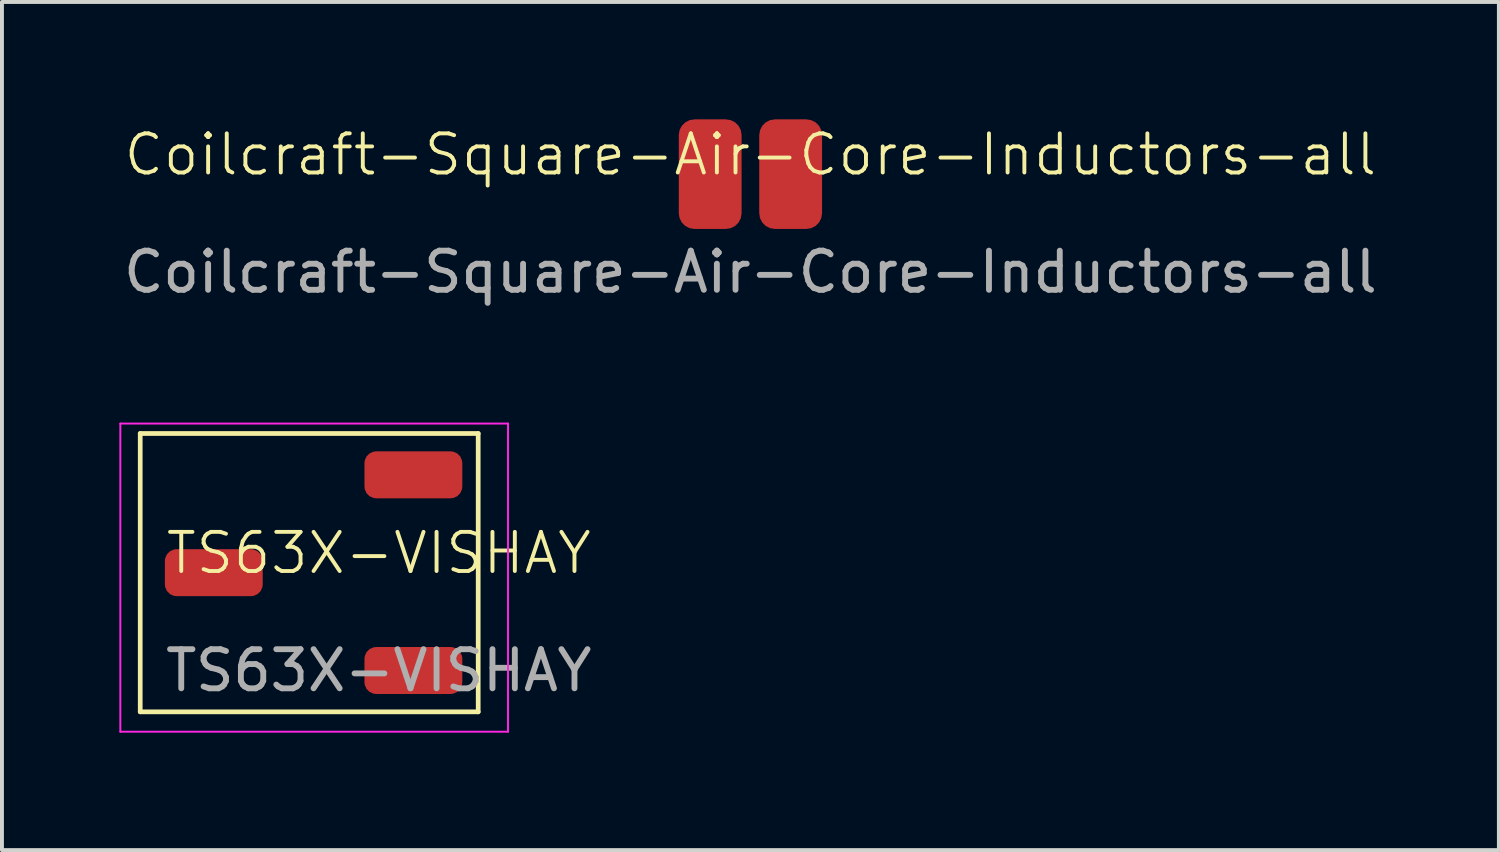
<source format=kicad_pcb>
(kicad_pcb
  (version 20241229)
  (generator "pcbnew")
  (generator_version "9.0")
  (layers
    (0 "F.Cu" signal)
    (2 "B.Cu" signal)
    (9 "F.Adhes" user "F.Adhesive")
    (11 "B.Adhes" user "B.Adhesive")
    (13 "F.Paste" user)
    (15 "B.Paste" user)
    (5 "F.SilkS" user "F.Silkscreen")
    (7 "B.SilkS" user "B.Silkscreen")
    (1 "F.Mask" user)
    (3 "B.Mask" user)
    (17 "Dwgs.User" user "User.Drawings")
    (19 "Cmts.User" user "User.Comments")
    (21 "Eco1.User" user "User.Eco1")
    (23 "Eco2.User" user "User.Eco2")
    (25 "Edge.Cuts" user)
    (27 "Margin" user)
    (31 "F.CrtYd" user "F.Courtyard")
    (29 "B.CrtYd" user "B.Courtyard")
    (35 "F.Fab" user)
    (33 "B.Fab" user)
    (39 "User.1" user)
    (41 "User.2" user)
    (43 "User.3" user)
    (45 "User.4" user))
  (footprint "TS63X-VISHAY"
    (layer "F.Cu")
    (at 5.613 11.583)
    (property "Reference" "TS63X-VISHAY" (at 1.016 -0.5 0) (unlocked yes) (layer "F.SilkS") (effects (font (size 1 1) (thickness 0.1))))
    (attr smd)
    (fp_line (start -5.08 -3.556) (end 3.556 -3.556) (stroke (width 0.12) (type solid)) (layer "F.SilkS"))
    (fp_line (start -5.08 3.556) (end -5.08 -3.556) (stroke (width 0.12) (type solid)) (layer "F.SilkS"))
    (fp_line (start 3.556 -3.556) (end 3.556 3.556) (stroke (width 0.12) (type solid)) (layer "F.SilkS"))
    (fp_line (start 3.556 3.556) (end -5.08 3.556) (stroke (width 0.12) (type solid)) (layer "F.SilkS"))
    (fp_line (start -5.588 -3.81) (end -5.588 4.064) (stroke (width 0.05) (type solid)) (layer "F.CrtYd"))
    (fp_line (start -5.588 -3.81) (end 4.318 -3.81) (stroke (width 0.05) (type solid)) (layer "F.CrtYd"))
    (fp_line (start 4.318 4.064) (end -5.588 4.064) (stroke (width 0.05) (type solid)) (layer "F.CrtYd"))
    (fp_line (start 4.318 4.064) (end 4.318 -3.81) (stroke (width 0.05) (type solid)) (layer "F.CrtYd"))
    (fp_text user "${REFERENCE}" (at 1.016 2.5 0) (unlocked yes) (layer "F.Fab") (effects (font (size 1 1) (thickness 0.15))))
    (pad "1" smd roundrect (at 1.9 2.5) (size 2.5 1.2) (layers "F.Cu" "F.Mask" "F.Paste") (roundrect_rratio 0.25))
    (pad "2" smd roundrect (at -3.2 0) (size 2.5 1.2) (layers "F.Cu" "F.Mask" "F.Paste") (roundrect_rratio 0.25))
    (pad "3" smd roundrect (at 1.9 -2.5) (size 2.5 1.2) (layers "F.Cu" "F.Mask" "F.Paste") (roundrect_rratio 0.25)))
  (footprint "Coilcraft-Square-Air-Core-Inductors-all"
    (layer "F.Cu")
    (at 16.125 1.4)
    (property "Reference" "Coilcraft-Square-Air-Core-Inductors-all" (at 0 -0.5 0) (unlocked yes) (layer "F.SilkS") (effects (font (size 1 1) (thickness 0.1))))
    (attr smd)
    (fp_text user "${REFERENCE}" (at 0 2.5 0) (unlocked yes) (layer "F.Fab") (effects (font (size 1 1) (thickness 0.15))))
    (pad "1" smd roundrect (at -1.028 0) (size 1.605 2.8) (layers "F.Cu" "F.Mask" "F.Paste") (roundrect_rratio 0.25))
    (pad "2" smd roundrect (at 1.028 0) (size 1.605 2.8) (layers "F.Cu" "F.Mask" "F.Paste") (roundrect_rratio 0.25)))
  (gr_rect
    (start -3 -3)
    (end 35.25 18.672)
    (stroke (width 0.1) (type default))
    (fill no)
    (layer "Edge.Cuts")))
</source>
